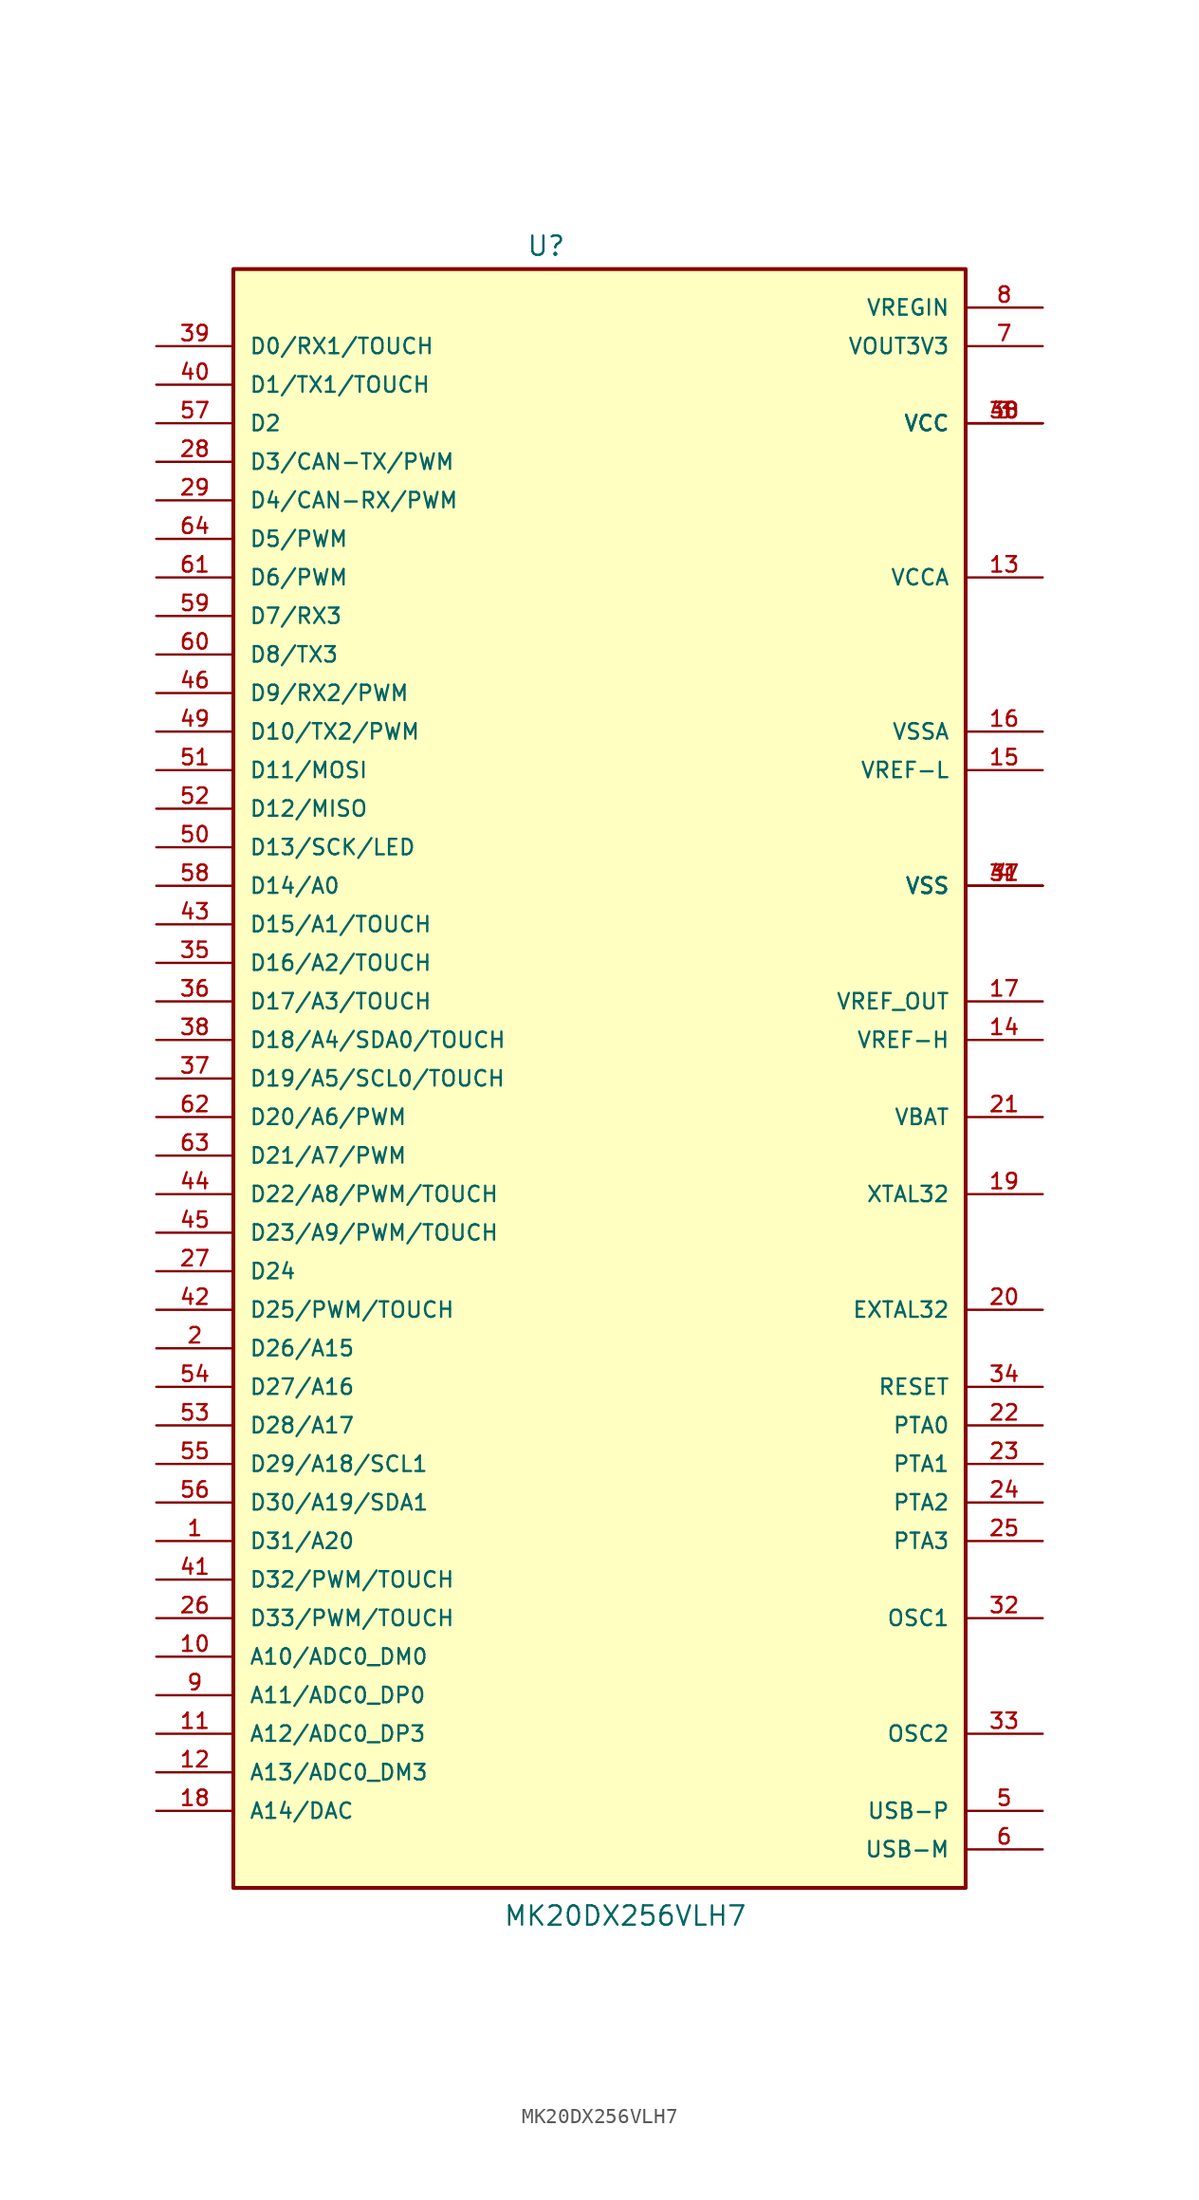
<source format=kicad_sym>
(kicad_symbol_lib
  (version 20211014)
  (generator kicad_symbol_editor)
  (symbol "MK20DX256VLH7"
    (pin_names
      (offset 1.016))
    (property "Reference" "U"
      (at -3.557 56.658 0)
      (effects (font (size 1.27 1.27)) (justify bottom left)))
    (property "Value" "MK20DX256VLH7"
      (at -5.084 -53.381 0)
      (effects (font (size 1.27 1.27)) (justify bottom left)))
    (symbol "MK20DX256VLH7_0_0"
      (rectangle (start -22.86 -50.8) (end 25.4 55.88) (stroke (width 0.254)) (fill (type background)))
      (pin bidirectional line (at -27.94 50.8 0) (length 5.08) (name "D0/RX1/TOUCH" (effects (font (size 1.016 1.016)))) (number "39" (effects (font (size 1.016 1.016)))))
      (pin bidirectional line (at -27.94 48.26 0) (length 5.08) (name "D1/TX1/TOUCH" (effects (font (size 1.016 1.016)))) (number "40" (effects (font (size 1.016 1.016)))))
      (pin bidirectional line (at -27.94 45.72 0) (length 5.08) (name "D2" (effects (font (size 1.016 1.016)))) (number "57" (effects (font (size 1.016 1.016)))))
      (pin bidirectional line (at -27.94 43.18 0) (length 5.08) (name "D3/CAN-TX/PWM" (effects (font (size 1.016 1.016)))) (number "28" (effects (font (size 1.016 1.016)))))
      (pin bidirectional line (at -27.94 40.64 0) (length 5.08) (name "D4/CAN-RX/PWM" (effects (font (size 1.016 1.016)))) (number "29" (effects (font (size 1.016 1.016)))))
      (pin bidirectional line (at -27.94 38.1 0) (length 5.08) (name "D5/PWM" (effects (font (size 1.016 1.016)))) (number "64" (effects (font (size 1.016 1.016)))))
      (pin bidirectional line (at -27.94 35.56 0) (length 5.08) (name "D6/PWM" (effects (font (size 1.016 1.016)))) (number "61" (effects (font (size 1.016 1.016)))))
      (pin bidirectional line (at -27.94 33.02 0) (length 5.08) (name "D7/RX3" (effects (font (size 1.016 1.016)))) (number "59" (effects (font (size 1.016 1.016)))))
      (pin bidirectional line (at -27.94 30.48 0) (length 5.08) (name "D8/TX3" (effects (font (size 1.016 1.016)))) (number "60" (effects (font (size 1.016 1.016)))))
      (pin bidirectional line (at -27.94 27.94 0) (length 5.08) (name "D9/RX2/PWM" (effects (font (size 1.016 1.016)))) (number "46" (effects (font (size 1.016 1.016)))))
      (pin bidirectional line (at -27.94 25.4 0) (length 5.08) (name "D10/TX2/PWM" (effects (font (size 1.016 1.016)))) (number "49" (effects (font (size 1.016 1.016)))))
      (pin bidirectional line (at -27.94 22.86 0) (length 5.08) (name "D11/MOSI" (effects (font (size 1.016 1.016)))) (number "51" (effects (font (size 1.016 1.016)))))
      (pin bidirectional line (at -27.94 20.32 0) (length 5.08) (name "D12/MISO" (effects (font (size 1.016 1.016)))) (number "52" (effects (font (size 1.016 1.016)))))
      (pin bidirectional line (at -27.94 17.78 0) (length 5.08) (name "D13/SCK/LED" (effects (font (size 1.016 1.016)))) (number "50" (effects (font (size 1.016 1.016)))))
      (pin bidirectional line (at -27.94 15.24 0) (length 5.08) (name "D14/A0" (effects (font (size 1.016 1.016)))) (number "58" (effects (font (size 1.016 1.016)))))
      (pin bidirectional line (at -27.94 12.7 0) (length 5.08) (name "D15/A1/TOUCH" (effects (font (size 1.016 1.016)))) (number "43" (effects (font (size 1.016 1.016)))))
      (pin bidirectional line (at -27.94 10.16 0) (length 5.08) (name "D16/A2/TOUCH" (effects (font (size 1.016 1.016)))) (number "35" (effects (font (size 1.016 1.016)))))
      (pin bidirectional line (at -27.94 7.62 0) (length 5.08) (name "D17/A3/TOUCH" (effects (font (size 1.016 1.016)))) (number "36" (effects (font (size 1.016 1.016)))))
      (pin bidirectional line (at -27.94 5.08 0) (length 5.08) (name "D18/A4/SDA0/TOUCH" (effects (font (size 1.016 1.016)))) (number "38" (effects (font (size 1.016 1.016)))))
      (pin bidirectional line (at -27.94 2.54 0) (length 5.08) (name "D19/A5/SCL0/TOUCH" (effects (font (size 1.016 1.016)))) (number "37" (effects (font (size 1.016 1.016)))))
      (pin bidirectional line (at -27.94 0.0 0) (length 5.08) (name "D20/A6/PWM" (effects (font (size 1.016 1.016)))) (number "62" (effects (font (size 1.016 1.016)))))
      (pin bidirectional line (at -27.94 -2.54 0) (length 5.08) (name "D21/A7/PWM" (effects (font (size 1.016 1.016)))) (number "63" (effects (font (size 1.016 1.016)))))
      (pin bidirectional line (at -27.94 -5.08 0) (length 5.08) (name "D22/A8/PWM/TOUCH" (effects (font (size 1.016 1.016)))) (number "44" (effects (font (size 1.016 1.016)))))
      (pin bidirectional line (at -27.94 -7.62 0) (length 5.08) (name "D23/A9/PWM/TOUCH" (effects (font (size 1.016 1.016)))) (number "45" (effects (font (size 1.016 1.016)))))
      (pin bidirectional line (at -27.94 -10.16 0) (length 5.08) (name "D24" (effects (font (size 1.016 1.016)))) (number "27" (effects (font (size 1.016 1.016)))))
      (pin bidirectional line (at -27.94 -12.7 0) (length 5.08) (name "D25/PWM/TOUCH" (effects (font (size 1.016 1.016)))) (number "42" (effects (font (size 1.016 1.016)))))
      (pin bidirectional line (at -27.94 -15.24 0) (length 5.08) (name "D26/A15" (effects (font (size 1.016 1.016)))) (number "2" (effects (font (size 1.016 1.016)))))
      (pin bidirectional line (at -27.94 -17.78 0) (length 5.08) (name "D27/A16" (effects (font (size 1.016 1.016)))) (number "54" (effects (font (size 1.016 1.016)))))
      (pin bidirectional line (at -27.94 -20.32 0) (length 5.08) (name "D28/A17" (effects (font (size 1.016 1.016)))) (number "53" (effects (font (size 1.016 1.016)))))
      (pin bidirectional line (at -27.94 -22.86 0) (length 5.08) (name "D29/A18/SCL1" (effects (font (size 1.016 1.016)))) (number "55" (effects (font (size 1.016 1.016)))))
      (pin bidirectional line (at -27.94 -25.4 0) (length 5.08) (name "D30/A19/SDA1" (effects (font (size 1.016 1.016)))) (number "56" (effects (font (size 1.016 1.016)))))
      (pin bidirectional line (at -27.94 -27.94 0) (length 5.08) (name "D31/A20" (effects (font (size 1.016 1.016)))) (number "1" (effects (font (size 1.016 1.016)))))
      (pin bidirectional line (at 30.48 -48.26 180.0) (length 5.08) (name "USB-M" (effects (font (size 1.016 1.016)))) (number "6" (effects (font (size 1.016 1.016)))))
      (pin bidirectional line (at 30.48 -45.72 180.0) (length 5.08) (name "USB-P" (effects (font (size 1.016 1.016)))) (number "5" (effects (font (size 1.016 1.016)))))
      (pin bidirectional line (at 30.48 22.86 180.0) (length 5.08) (name "VREF-L" (effects (font (size 1.016 1.016)))) (number "15" (effects (font (size 1.016 1.016)))))
      (pin bidirectional line (at 30.48 5.08 180.0) (length 5.08) (name "VREF-H" (effects (font (size 1.016 1.016)))) (number "14" (effects (font (size 1.016 1.016)))))
      (pin bidirectional line (at 30.48 25.4 180.0) (length 5.08) (name "VSSA" (effects (font (size 1.016 1.016)))) (number "16" (effects (font (size 1.016 1.016)))))
      (pin bidirectional line (at 30.48 35.56 180.0) (length 5.08) (name "VCCA" (effects (font (size 1.016 1.016)))) (number "13" (effects (font (size 1.016 1.016)))))
      (pin bidirectional line (at 30.48 15.24 180.0) (length 5.08) (name "VSS" (effects (font (size 1.016 1.016)))) (number "4" (effects (font (size 1.016 1.016)))))
      (pin bidirectional line (at 30.48 15.24 180.0) (length 5.08) (name "VSS" (effects (font (size 1.016 1.016)))) (number "31" (effects (font (size 1.016 1.016)))))
      (pin bidirectional line (at 30.48 15.24 180.0) (length 5.08) (name "VSS" (effects (font (size 1.016 1.016)))) (number "47" (effects (font (size 1.016 1.016)))))
      (pin bidirectional line (at 30.48 45.72 180.0) (length 5.08) (name "VCC" (effects (font (size 1.016 1.016)))) (number "3" (effects (font (size 1.016 1.016)))))
      (pin bidirectional line (at 30.48 45.72 180.0) (length 5.08) (name "VCC" (effects (font (size 1.016 1.016)))) (number "30" (effects (font (size 1.016 1.016)))))
      (pin bidirectional line (at 30.48 45.72 180.0) (length 5.08) (name "VCC" (effects (font (size 1.016 1.016)))) (number "48" (effects (font (size 1.016 1.016)))))
      (pin bidirectional line (at 30.48 50.8 180.0) (length 5.08) (name "VOUT3V3" (effects (font (size 1.016 1.016)))) (number "7" (effects (font (size 1.016 1.016)))))
      (pin bidirectional line (at 30.48 53.34 180.0) (length 5.08) (name "VREGIN" (effects (font (size 1.016 1.016)))) (number "8" (effects (font (size 1.016 1.016)))))
      (pin bidirectional line (at -27.94 -43.18 0) (length 5.08) (name "A13/ADC0_DM3" (effects (font (size 1.016 1.016)))) (number "12" (effects (font (size 1.016 1.016)))))
      (pin bidirectional line (at -27.94 -40.64 0) (length 5.08) (name "A12/ADC0_DP3" (effects (font (size 1.016 1.016)))) (number "11" (effects (font (size 1.016 1.016)))))
      (pin bidirectional line (at -27.94 -38.1 0) (length 5.08) (name "A11/ADC0_DP0" (effects (font (size 1.016 1.016)))) (number "9" (effects (font (size 1.016 1.016)))))
      (pin bidirectional line (at -27.94 -35.56 0) (length 5.08) (name "A10/ADC0_DM0" (effects (font (size 1.016 1.016)))) (number "10" (effects (font (size 1.016 1.016)))))
      (pin bidirectional line (at -27.94 -33.02 0) (length 5.08) (name "D33/PWM/TOUCH" (effects (font (size 1.016 1.016)))) (number "26" (effects (font (size 1.016 1.016)))))
      (pin bidirectional line (at -27.94 -30.48 0) (length 5.08) (name "D32/PWM/TOUCH" (effects (font (size 1.016 1.016)))) (number "41" (effects (font (size 1.016 1.016)))))
      (pin bidirectional line (at 30.48 7.62 180.0) (length 5.08) (name "VREF_OUT" (effects (font (size 1.016 1.016)))) (number "17" (effects (font (size 1.016 1.016)))))
      (pin bidirectional line (at -27.94 -45.72 0) (length 5.08) (name "A14/DAC" (effects (font (size 1.016 1.016)))) (number "18" (effects (font (size 1.016 1.016)))))
      (pin bidirectional line (at 30.48 -40.64 180.0) (length 5.08) (name "OSC2" (effects (font (size 1.016 1.016)))) (number "33" (effects (font (size 1.016 1.016)))))
      (pin bidirectional line (at 30.48 -33.02 180.0) (length 5.08) (name "OSC1" (effects (font (size 1.016 1.016)))) (number "32" (effects (font (size 1.016 1.016)))))
      (pin bidirectional line (at 30.48 -27.94 180.0) (length 5.08) (name "PTA3" (effects (font (size 1.016 1.016)))) (number "25" (effects (font (size 1.016 1.016)))))
      (pin bidirectional line (at 30.48 -25.4 180.0) (length 5.08) (name "PTA2" (effects (font (size 1.016 1.016)))) (number "24" (effects (font (size 1.016 1.016)))))
      (pin bidirectional line (at 30.48 -22.86 180.0) (length 5.08) (name "PTA1" (effects (font (size 1.016 1.016)))) (number "23" (effects (font (size 1.016 1.016)))))
      (pin bidirectional line (at 30.48 -20.32 180.0) (length 5.08) (name "PTA0" (effects (font (size 1.016 1.016)))) (number "22" (effects (font (size 1.016 1.016)))))
      (pin bidirectional line (at 30.48 -17.78 180.0) (length 5.08) (name "RESET" (effects (font (size 1.016 1.016)))) (number "34" (effects (font (size 1.016 1.016)))))
      (pin bidirectional line (at 30.48 -12.7 180.0) (length 5.08) (name "EXTAL32" (effects (font (size 1.016 1.016)))) (number "20" (effects (font (size 1.016 1.016)))))
      (pin bidirectional line (at 30.48 -5.08 180.0) (length 5.08) (name "XTAL32" (effects (font (size 1.016 1.016)))) (number "19" (effects (font (size 1.016 1.016)))))
      (pin bidirectional line (at 30.48 0.0 180.0) (length 5.08) (name "VBAT" (effects (font (size 1.016 1.016)))) (number "21" (effects (font (size 1.016 1.016))))))))
</source>
